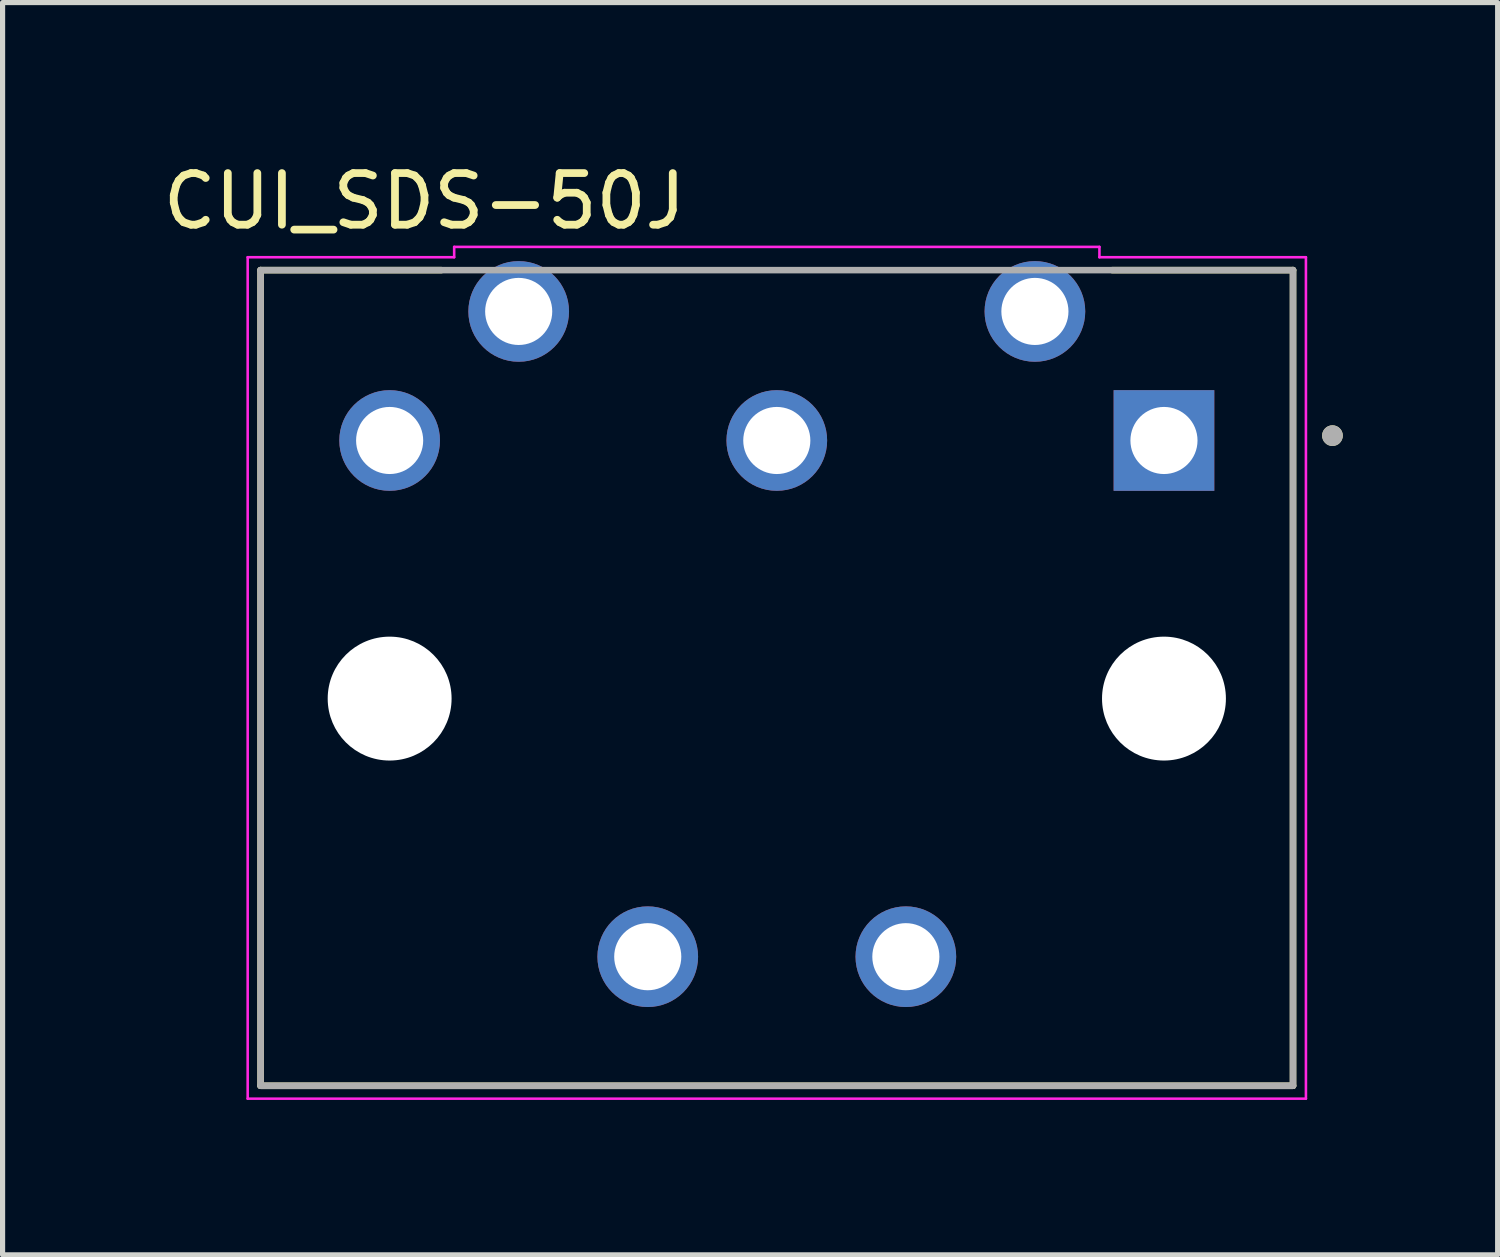
<source format=kicad_pcb>
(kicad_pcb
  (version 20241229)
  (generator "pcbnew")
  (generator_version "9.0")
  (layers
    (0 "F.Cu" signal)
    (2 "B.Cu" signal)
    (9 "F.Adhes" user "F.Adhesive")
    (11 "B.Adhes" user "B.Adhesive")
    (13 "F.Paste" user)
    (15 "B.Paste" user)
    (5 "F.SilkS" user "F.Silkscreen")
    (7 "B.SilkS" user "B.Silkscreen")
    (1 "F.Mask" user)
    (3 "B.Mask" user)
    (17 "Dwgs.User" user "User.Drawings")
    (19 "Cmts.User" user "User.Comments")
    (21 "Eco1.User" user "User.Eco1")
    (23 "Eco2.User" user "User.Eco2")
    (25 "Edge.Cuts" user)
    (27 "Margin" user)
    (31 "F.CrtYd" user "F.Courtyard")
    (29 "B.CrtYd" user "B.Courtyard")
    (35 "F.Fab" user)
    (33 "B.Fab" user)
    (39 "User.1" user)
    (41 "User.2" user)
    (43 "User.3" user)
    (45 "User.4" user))
  (footprint "CUI_SDS-50J"
    (layer "F.Cu")
    (at 11.998 10.483)
    (property "Reference" "CUI_SDS-50J" (at -6.825 -9.635 0) (layer "F.SilkS") (effects (font (size 1 1) (thickness 0.15))))
    (attr through_hole)
    (fp_line (start -10 -8.3) (end -6.5 -8.3) (stroke (width 0.127) (type solid)) (layer "F.SilkS"))
    (fp_line (start -10 7.5) (end -10 -8.3) (stroke (width 0.127) (type solid)) (layer "F.SilkS"))
    (fp_line (start -10 7.5) (end 10 7.5) (stroke (width 0.127) (type solid)) (layer "F.SilkS"))
    (fp_line (start 6.5 -8.3) (end 10 -8.3) (stroke (width 0.127) (type solid)) (layer "F.SilkS"))
    (fp_line (start 10 -8.3) (end 10 7.5) (stroke (width 0.127) (type solid)) (layer "F.SilkS"))
    (fp_circle (center 10.764 -5.094) (end 10.864 -5.094) (stroke (width 0.2) (type solid)) (fill no) (layer "F.SilkS"))
    (fp_line (start -10.25 -8.55) (end -6.25 -8.55) (stroke (width 0.05) (type solid)) (layer "F.CrtYd"))
    (fp_line (start -10.25 7.75) (end -10.25 -8.55) (stroke (width 0.05) (type solid)) (layer "F.CrtYd"))
    (fp_line (start -6.25 -8.75) (end 6.25 -8.75) (stroke (width 0.05) (type solid)) (layer "F.CrtYd"))
    (fp_line (start -6.25 -8.55) (end -6.25 -8.75) (stroke (width 0.05) (type solid)) (layer "F.CrtYd"))
    (fp_line (start 6.25 -8.75) (end 6.25 -8.55) (stroke (width 0.05) (type solid)) (layer "F.CrtYd"))
    (fp_line (start 6.25 -8.55) (end 10.25 -8.55) (stroke (width 0.05) (type solid)) (layer "F.CrtYd"))
    (fp_line (start 10.25 -8.55) (end 10.25 7.75) (stroke (width 0.05) (type solid)) (layer "F.CrtYd"))
    (fp_line (start 10.25 7.75) (end -10.25 7.75) (stroke (width 0.05) (type solid)) (layer "F.CrtYd"))
    (fp_line (start -10 -8.3) (end 10 -8.3) (stroke (width 0.127) (type solid)) (layer "F.Fab"))
    (fp_line (start -10 7.5) (end -10 -8.3) (stroke (width 0.127) (type solid)) (layer "F.Fab"))
    (fp_line (start 10 -8.3) (end 10 7.5) (stroke (width 0.127) (type solid)) (layer "F.Fab"))
    (fp_line (start 10 7.5) (end -10 7.5) (stroke (width 0.127) (type solid)) (layer "F.Fab"))
    (fp_circle (center 10.764 -5.094) (end 10.864 -5.094) (stroke (width 0.2) (type solid)) (fill no) (layer "F.Fab"))
    (pad "" np_thru_hole circle (at -7.5 0) (size 2.4 2.4) (drill 2.4) (layers "*.Cu" "*.Mask"))
    (pad "" np_thru_hole circle (at 7.5 0) (size 2.4 2.4) (drill 2.4) (layers "*.Cu" "*.Mask"))
    (pad "1" thru_hole rect (at 7.5 -5) (size 1.95 1.95) (drill 1.3) (layers "*.Cu" "*.Mask"))
    (pad "2" thru_hole circle (at 0 -5) (size 1.95 1.95) (drill 1.3) (layers "*.Cu" "*.Mask"))
    (pad "3" thru_hole circle (at -7.5 -5) (size 1.95 1.95) (drill 1.3) (layers "*.Cu" "*.Mask"))
    (pad "4" thru_hole circle (at 5 -7.5) (size 1.95 1.95) (drill 1.3) (layers "*.Cu" "*.Mask"))
    (pad "5" thru_hole circle (at -5 -7.5) (size 1.95 1.95) (drill 1.3) (layers "*.Cu" "*.Mask"))
    (pad "E" thru_hole circle (at -2.5 5) (size 1.95 1.95) (drill 1.3) (layers "*.Cu" "*.Mask"))
    (pad "E" thru_hole circle (at 2.5 5) (size 1.95 1.95) (drill 1.3) (layers "*.Cu" "*.Mask")))
  (gr_rect
    (start -3 -3)
    (end 25.962 21.258)
    (stroke (width 0.1) (type default))
    (fill no)
    (layer "Edge.Cuts")))
</source>
